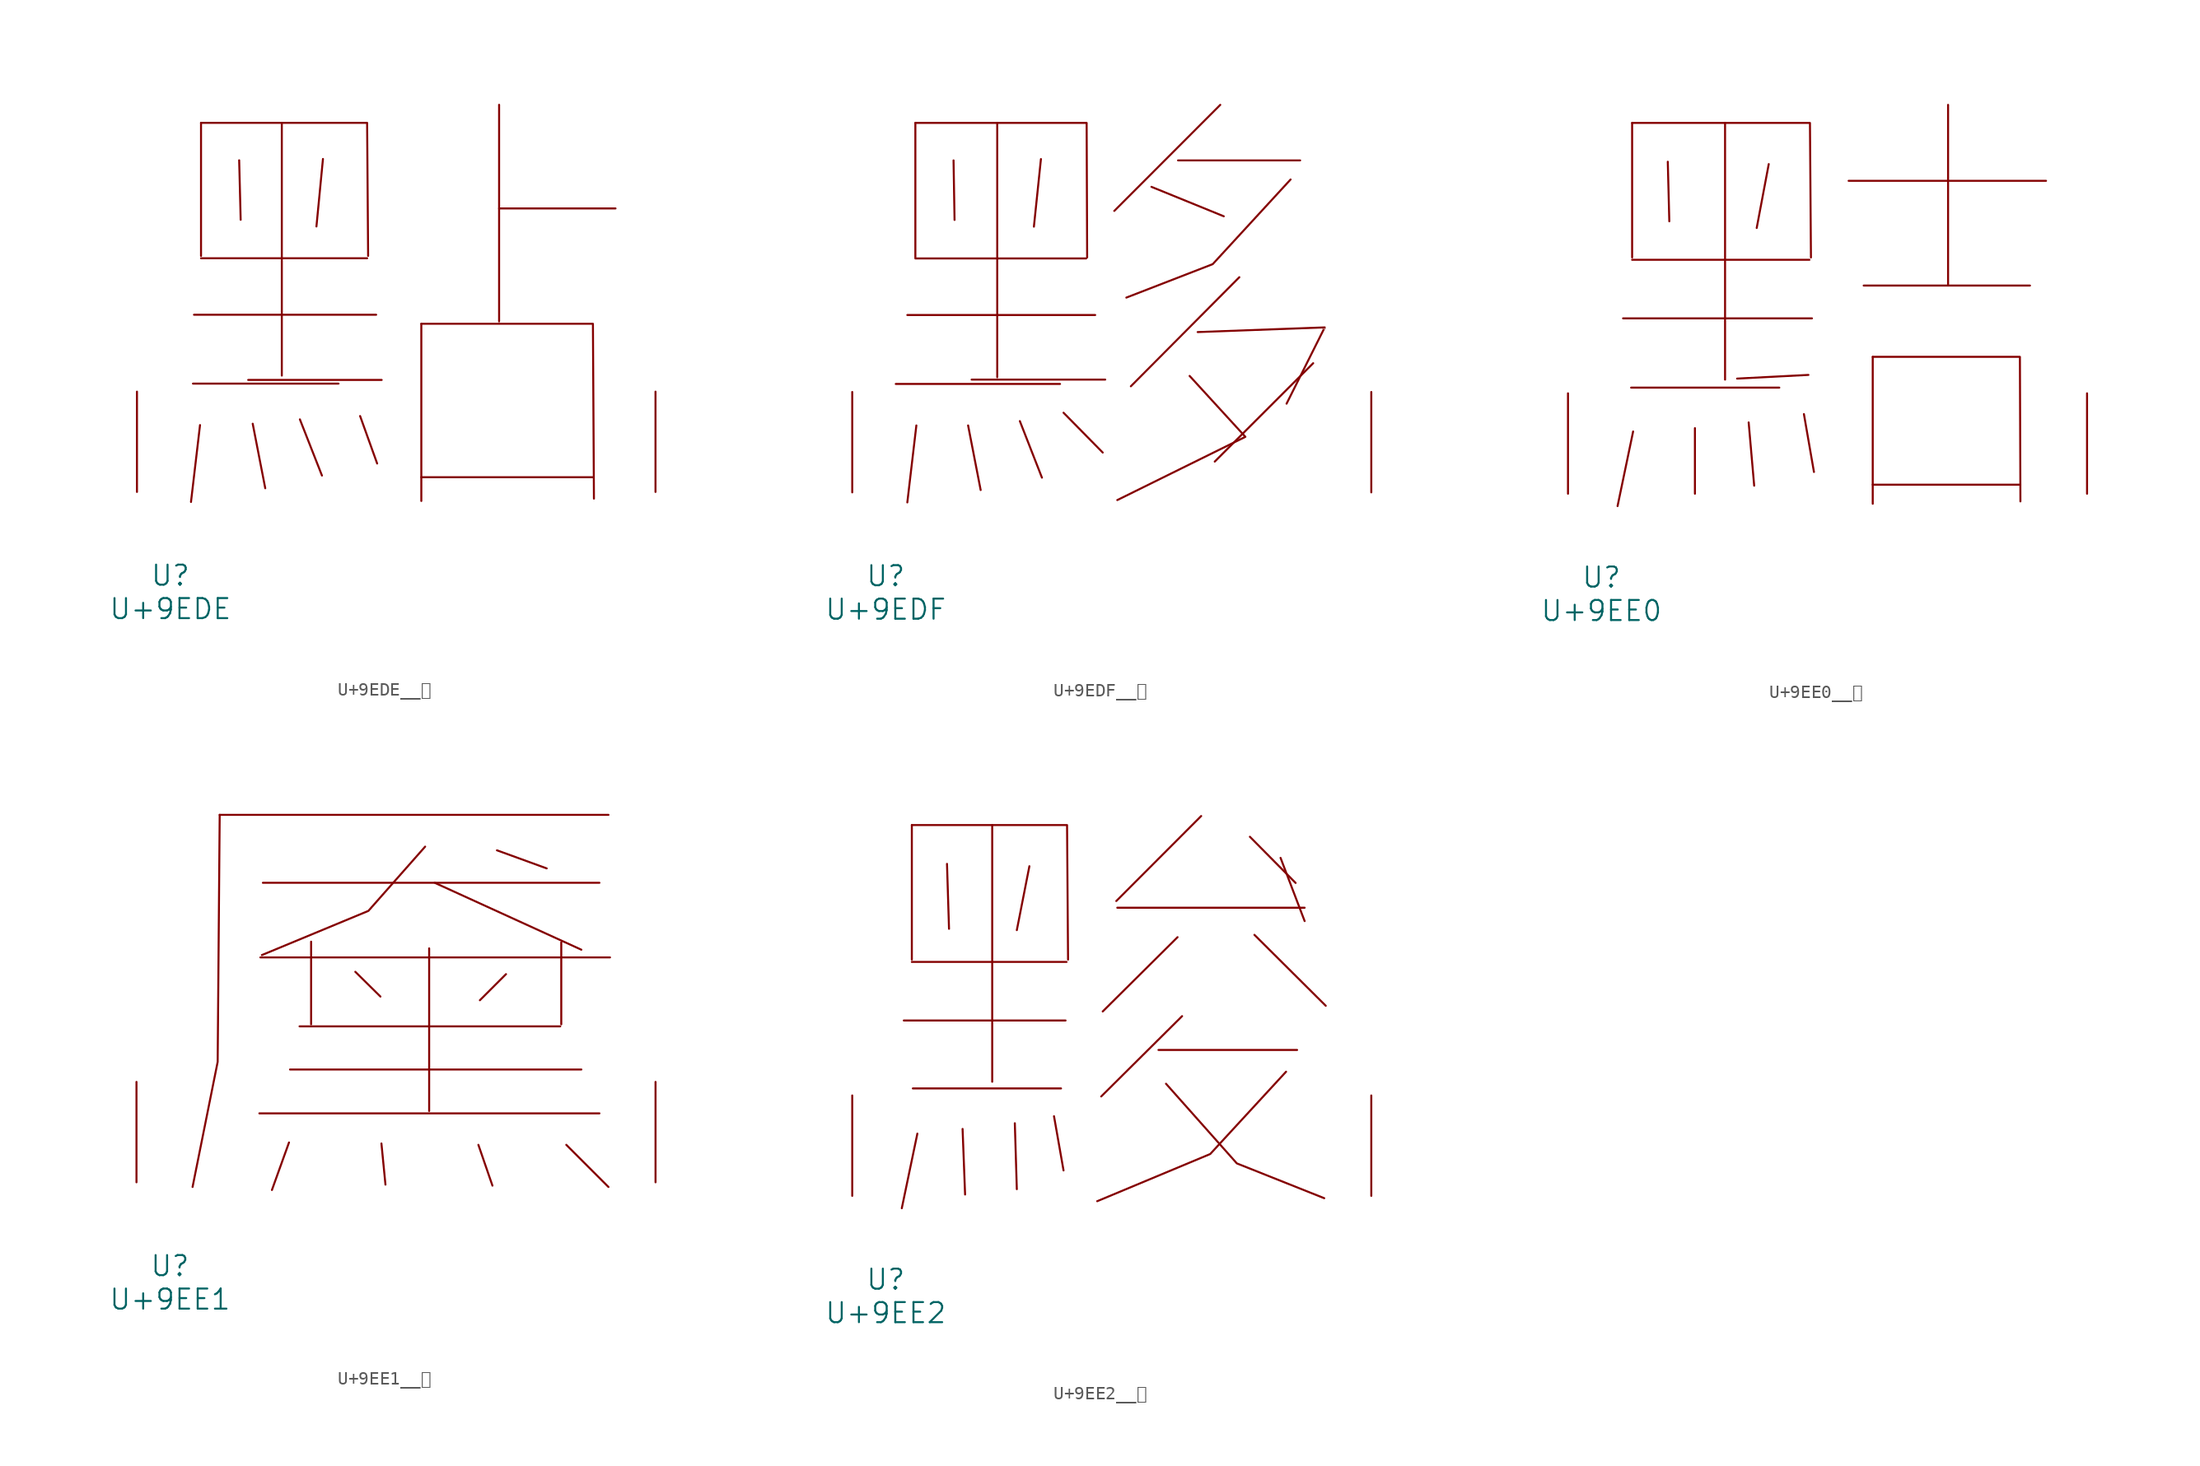
<source format=kicad_sym>
(kicad_symbol_lib
  (version 20231120)
  (generator "kicad_symbol_editor")
  (generator_version "8.0")
  (symbol "U+9EDE__點"
    (pin_names
      (offset 1.016))
    (property "Reference" "U"
      (at 0 -6.35 0)
      (effects (font (size 1.524 1.524))))
    (property "Value" "U+9EDE"
      (at 0 -8.89 0)
      (effects (font (size 1.524 1.524))))
    (symbol "U+9EDE__點_0_1"
      (polyline (pts (xy 1.714 8.23) (xy 12.764 8.23)) (stroke (width 0) (type solid)) (fill (type none)))
      (polyline (pts (xy 1.791 13.462) (xy 15.621 13.462)) (stroke (width 0) (type solid)) (fill (type none)))
      (polyline (pts (xy 2.248 5.08) (xy 1.562 -0.762)) (stroke (width 0) (type solid)) (fill (type none)))
      (polyline (pts (xy 2.324 17.755) (xy 14.935 17.755)) (stroke (width 0) (type solid)) (fill (type none)))
      (polyline (pts (xy 2.324 28.042) (xy 2.324 17.932)) (stroke (width 0) (type solid)) (fill (type none)))
      (polyline (pts (xy 5.22 25.197) (xy 5.334 20.676)) (stroke (width 0) (type solid)) (fill (type none)))
      (polyline (pts (xy 5.905 8.509) (xy 16.04 8.509)) (stroke (width 0) (type solid)) (fill (type none)))
      (polyline (pts (xy 6.248 5.182) (xy 7.201 0.279)) (stroke (width 0) (type solid)) (fill (type none)))
      (polyline (pts (xy 8.458 28.042) (xy 8.458 8.839)) (stroke (width 0) (type solid)) (fill (type none)))
      (polyline (pts (xy 9.83 5.512) (xy 11.506 1.245)) (stroke (width 0) (type solid)) (fill (type none)))
      (polyline (pts (xy 11.582 25.298) (xy 11.087 20.168)) (stroke (width 0) (type solid)) (fill (type none)))
      (polyline (pts (xy 14.402 5.766) (xy 15.697 2.159)) (stroke (width 0) (type solid)) (fill (type none)))
      (polyline (pts (xy 19.05 1.118) (xy 32.08 1.118)) (stroke (width 0) (type solid)) (fill (type none)))
      (polyline (pts (xy 19.05 12.776) (xy 19.05 -0.686)) (stroke (width 0) (type solid)) (fill (type none)))
      (polyline (pts (xy 24.956 21.539) (xy 33.795 21.539)) (stroke (width 0) (type solid)) (fill (type none)))
      (polyline (pts (xy 24.956 29.413) (xy 24.956 12.954)) (stroke (width 0) (type solid)) (fill (type none)))
      (polyline (pts (xy 2.324 28.042) (xy 14.935 28.042) (xy 15.011 17.932)) (stroke (width 0) (type solid)) (fill (type none)))
      (polyline (pts (xy 19.05 12.776) (xy 32.08 12.776) (xy 32.156 -0.508)) (stroke (width 0) (type solid)) (fill (type none)))
      (pin input line (at -2.54 0 90) (length 7.62) (name "~" (effects (font (size 1.27 1.27)))) (number "~" (effects (font (size 1.27 1.27)))))
      (pin input line (at 36.83 0 90) (length 7.62) (name "~" (effects (font (size 1.27 1.27)))) (number "~" (effects (font (size 1.27 1.27)))))))
  (symbol "U+9EDF__黟"
    (pin_names
      (offset 1.016))
    (property "Reference" "U"
      (at 0 -6.35 0)
      (effects (font (size 1.524 1.524))))
    (property "Value" "U+9EDF"
      (at 0 -8.89 0)
      (effects (font (size 1.524 1.524))))
    (symbol "U+9EDF__黟_0_1"
      (polyline (pts (xy 0.762 8.23) (xy 13.221 8.23)) (stroke (width 0) (type solid)) (fill (type none)))
      (polyline (pts (xy 1.638 13.462) (xy 15.888 13.462)) (stroke (width 0) (type solid)) (fill (type none)))
      (polyline (pts (xy 2.248 17.755) (xy 15.202 17.755)) (stroke (width 0) (type solid)) (fill (type none)))
      (polyline (pts (xy 2.248 28.042) (xy 2.248 17.831)) (stroke (width 0) (type solid)) (fill (type none)))
      (polyline (pts (xy 2.324 5.08) (xy 1.638 -0.762)) (stroke (width 0) (type solid)) (fill (type none)))
      (polyline (pts (xy 5.144 25.197) (xy 5.22 20.676)) (stroke (width 0) (type solid)) (fill (type none)))
      (polyline (pts (xy 6.248 5.08) (xy 7.201 0.178)) (stroke (width 0) (type solid)) (fill (type none)))
      (polyline (pts (xy 6.515 8.56) (xy 16.65 8.56)) (stroke (width 0) (type solid)) (fill (type none)))
      (polyline (pts (xy 8.458 28.042) (xy 8.458 8.738)) (stroke (width 0) (type solid)) (fill (type none)))
      (polyline (pts (xy 10.173 5.41) (xy 11.849 1.118)) (stroke (width 0) (type solid)) (fill (type none)))
      (polyline (pts (xy 11.773 25.298) (xy 11.239 20.168)) (stroke (width 0) (type solid)) (fill (type none)))
      (polyline (pts (xy 13.487 6.045) (xy 16.459 3.023)) (stroke (width 0) (type solid)) (fill (type none)))
      (polyline (pts (xy 20.155 23.19) (xy 25.641 20.955)) (stroke (width 0) (type solid)) (fill (type none)))
      (polyline (pts (xy 22.174 25.197) (xy 31.433 25.197)) (stroke (width 0) (type solid)) (fill (type none)))
      (polyline (pts (xy 25.375 29.413) (xy 17.335 21.361)) (stroke (width 0) (type solid)) (fill (type none)))
      (polyline (pts (xy 26.822 16.332) (xy 18.593 8.052)) (stroke (width 0) (type solid)) (fill (type none)))
      (polyline (pts (xy 32.423 9.804) (xy 24.956 2.337)) (stroke (width 0) (type solid)) (fill (type none)))
      (polyline (pts (xy 2.248 28.042) (xy 15.24 28.042) (xy 15.278 17.831)) (stroke (width 0) (type solid)) (fill (type none)))
      (polyline (pts (xy 23.05 8.839) (xy 27.28 4.216) (xy 17.564 -0.584)) (stroke (width 0) (type solid)) (fill (type none)))
      (polyline (pts (xy 23.66 12.167) (xy 33.299 12.522) (xy 30.404 6.731)) (stroke (width 0) (type solid)) (fill (type none)))
      (polyline (pts (xy 30.709 23.749) (xy 24.803 17.323) (xy 18.25 14.783)) (stroke (width 0) (type solid)) (fill (type none)))
      (pin input line (at -2.54 0 90) (length 7.62) (name "~" (effects (font (size 1.27 1.27)))) (number "~" (effects (font (size 1.27 1.27)))))
      (pin input line (at 36.83 0 90) (length 7.62) (name "~" (effects (font (size 1.27 1.27)))) (number "~" (effects (font (size 1.27 1.27)))))))
  (symbol "U+9EE0__黠"
    (pin_names
      (offset 1.016))
    (property "Reference" "U"
      (at 0 -6.35 0)
      (effects (font (size 1.524 1.524))))
    (property "Value" "U+9EE0"
      (at 0 -8.89 0)
      (effects (font (size 1.524 1.524))))
    (symbol "U+9EE0__黠_0_1"
      (polyline (pts (xy 1.638 13.31) (xy 15.964 13.31)) (stroke (width 0) (type solid)) (fill (type none)))
      (polyline (pts (xy 2.248 8.052) (xy 13.487 8.052)) (stroke (width 0) (type solid)) (fill (type none)))
      (polyline (pts (xy 2.324 17.755) (xy 15.773 17.755)) (stroke (width 0) (type solid)) (fill (type none)))
      (polyline (pts (xy 2.324 28.143) (xy 2.324 17.932)) (stroke (width 0) (type solid)) (fill (type none)))
      (polyline (pts (xy 2.4 4.724) (xy 1.219 -0.94)) (stroke (width 0) (type solid)) (fill (type none)))
      (polyline (pts (xy 5.029 25.197) (xy 5.144 20.676)) (stroke (width 0) (type solid)) (fill (type none)))
      (polyline (pts (xy 7.087 4.978) (xy 7.087 0)) (stroke (width 0) (type solid)) (fill (type none)))
      (polyline (pts (xy 9.373 28.143) (xy 9.373 8.661)) (stroke (width 0) (type solid)) (fill (type none)))
      (polyline (pts (xy 11.163 5.41) (xy 11.582 0.61)) (stroke (width 0) (type solid)) (fill (type none)))
      (polyline (pts (xy 12.687 25.019) (xy 11.773 20.168)) (stroke (width 0) (type solid)) (fill (type none)))
      (polyline (pts (xy 15.354 6.045) (xy 16.116 1.651)) (stroke (width 0) (type solid)) (fill (type none)))
      (polyline (pts (xy 15.697 9.017) (xy 10.287 8.738)) (stroke (width 0) (type solid)) (fill (type none)))
      (polyline (pts (xy 18.745 23.749) (xy 33.718 23.749)) (stroke (width 0) (type solid)) (fill (type none)))
      (polyline (pts (xy 19.888 15.799) (xy 32.499 15.799)) (stroke (width 0) (type solid)) (fill (type none)))
      (polyline (pts (xy 20.574 0.686) (xy 31.737 0.686)) (stroke (width 0) (type solid)) (fill (type none)))
      (polyline (pts (xy 20.574 10.389) (xy 20.574 -0.762)) (stroke (width 0) (type solid)) (fill (type none)))
      (polyline (pts (xy 26.289 29.515) (xy 26.289 15.875)) (stroke (width 0) (type solid)) (fill (type none)))
      (polyline (pts (xy 2.324 28.143) (xy 15.812 28.143) (xy 15.888 17.932)) (stroke (width 0) (type solid)) (fill (type none)))
      (polyline (pts (xy 20.574 10.389) (xy 31.737 10.389) (xy 31.775 -0.584)) (stroke (width 0) (type solid)) (fill (type none)))
      (pin input line (at -2.54 0 90) (length 7.62) (name "~" (effects (font (size 1.27 1.27)))) (number "~" (effects (font (size 1.27 1.27)))))
      (pin input line (at 36.83 0 90) (length 7.62) (name "~" (effects (font (size 1.27 1.27)))) (number "~" (effects (font (size 1.27 1.27)))))))
  (symbol "U+9EE1__黡"
    (pin_names
      (offset 1.016))
    (property "Reference" "U"
      (at 0 -6.35 0)
      (effects (font (size 1.524 1.524))))
    (property "Value" "U+9EE1"
      (at 0 -8.89 0)
      (effects (font (size 1.524 1.524))))
    (symbol "U+9EE1__黡_0_1"
      (polyline (pts (xy 3.772 27.889) (xy 33.261 27.889)) (stroke (width 0) (type solid)) (fill (type none)))
      (polyline (pts (xy 6.782 5.232) (xy 32.575 5.232)) (stroke (width 0) (type solid)) (fill (type none)))
      (polyline (pts (xy 6.858 17.069) (xy 33.376 17.069)) (stroke (width 0) (type solid)) (fill (type none)))
      (polyline (pts (xy 7.048 22.733) (xy 32.575 22.733)) (stroke (width 0) (type solid)) (fill (type none)))
      (polyline (pts (xy 9.03 3.023) (xy 7.734 -0.584)) (stroke (width 0) (type solid)) (fill (type none)))
      (polyline (pts (xy 9.106 8.56) (xy 31.204 8.56)) (stroke (width 0) (type solid)) (fill (type none)))
      (polyline (pts (xy 9.83 11.836) (xy 29.604 11.836)) (stroke (width 0) (type solid)) (fill (type none)))
      (polyline (pts (xy 10.706 18.263) (xy 10.706 11.989)) (stroke (width 0) (type solid)) (fill (type none)))
      (polyline (pts (xy 14.059 15.977) (xy 15.964 14.097)) (stroke (width 0) (type solid)) (fill (type none)))
      (polyline (pts (xy 16.04 2.946) (xy 16.345 -0.178)) (stroke (width 0) (type solid)) (fill (type none)))
      (polyline (pts (xy 19.66 17.755) (xy 19.66 5.41)) (stroke (width 0) (type solid)) (fill (type none)))
      (polyline (pts (xy 20.079 22.733) (xy 31.204 17.653)) (stroke (width 0) (type solid)) (fill (type none)))
      (polyline (pts (xy 23.393 2.845) (xy 24.46 -0.254)) (stroke (width 0) (type solid)) (fill (type none)))
      (polyline (pts (xy 24.803 25.197) (xy 28.575 23.825)) (stroke (width 0) (type solid)) (fill (type none)))
      (polyline (pts (xy 25.489 15.799) (xy 23.508 13.818)) (stroke (width 0) (type solid)) (fill (type none)))
      (polyline (pts (xy 29.68 18.212) (xy 29.68 11.989)) (stroke (width 0) (type solid)) (fill (type none)))
      (polyline (pts (xy 30.061 2.845) (xy 33.261 -0.356)) (stroke (width 0) (type solid)) (fill (type none)))
      (polyline (pts (xy 3.772 27.889) (xy 3.619 9.144) (xy 1.714 -0.356)) (stroke (width 0) (type solid)) (fill (type none)))
      (polyline (pts (xy 19.355 25.476) (xy 15.05 20.599) (xy 6.972 17.247)) (stroke (width 0) (type solid)) (fill (type none)))
      (pin input line (at -2.54 0 90) (length 7.62) (name "~" (effects (font (size 1.27 1.27)))) (number "~" (effects (font (size 1.27 1.27)))))
      (pin input line (at 36.83 0 90) (length 7.62) (name "~" (effects (font (size 1.27 1.27)))) (number "~" (effects (font (size 1.27 1.27)))))))
  (symbol "U+9EE2__黢"
    (pin_names
      (offset 1.016))
    (property "Reference" "U"
      (at 0 -6.35 0)
      (effects (font (size 1.524 1.524))))
    (property "Value" "U+9EE2"
      (at 0 -8.89 0)
      (effects (font (size 1.524 1.524))))
    (symbol "U+9EE2__黢_0_1"
      (polyline (pts (xy 1.372 13.31) (xy 13.64 13.31)) (stroke (width 0) (type solid)) (fill (type none)))
      (polyline (pts (xy 1.981 17.755) (xy 13.716 17.755)) (stroke (width 0) (type solid)) (fill (type none)))
      (polyline (pts (xy 1.981 28.143) (xy 1.981 17.932)) (stroke (width 0) (type solid)) (fill (type none)))
      (polyline (pts (xy 2.057 8.153) (xy 13.297 8.153)) (stroke (width 0) (type solid)) (fill (type none)))
      (polyline (pts (xy 2.4 4.724) (xy 1.219 -0.94)) (stroke (width 0) (type solid)) (fill (type none)))
      (polyline (pts (xy 4.648 25.197) (xy 4.801 20.269)) (stroke (width 0) (type solid)) (fill (type none)))
      (polyline (pts (xy 5.829 5.08) (xy 6.02 0.102)) (stroke (width 0) (type solid)) (fill (type none)))
      (polyline (pts (xy 8.077 28.143) (xy 8.077 8.661)) (stroke (width 0) (type solid)) (fill (type none)))
      (polyline (pts (xy 9.792 5.512) (xy 9.944 0.508)) (stroke (width 0) (type solid)) (fill (type none)))
      (polyline (pts (xy 10.897 25.019) (xy 9.944 20.168)) (stroke (width 0) (type solid)) (fill (type none)))
      (polyline (pts (xy 12.764 6.045) (xy 13.487 1.93)) (stroke (width 0) (type solid)) (fill (type none)))
      (polyline (pts (xy 17.564 21.869) (xy 31.775 21.869)) (stroke (width 0) (type solid)) (fill (type none)))
      (polyline (pts (xy 20.688 11.074) (xy 31.204 11.074)) (stroke (width 0) (type solid)) (fill (type none)))
      (polyline (pts (xy 22.136 19.634) (xy 16.459 13.995)) (stroke (width 0) (type solid)) (fill (type none)))
      (polyline (pts (xy 22.479 13.64) (xy 16.345 7.544)) (stroke (width 0) (type solid)) (fill (type none)))
      (polyline (pts (xy 23.927 28.829) (xy 17.488 22.377)) (stroke (width 0) (type solid)) (fill (type none)))
      (polyline (pts (xy 27.622 27.254) (xy 31.09 23.749)) (stroke (width 0) (type solid)) (fill (type none)))
      (polyline (pts (xy 27.965 19.812) (xy 33.376 14.427)) (stroke (width 0) (type solid)) (fill (type none)))
      (polyline (pts (xy 29.947 25.654) (xy 31.775 20.853)) (stroke (width 0) (type solid)) (fill (type none)))
      (polyline (pts (xy 1.981 28.143) (xy 13.754 28.143) (xy 13.83 17.932)) (stroke (width 0) (type solid)) (fill (type none)))
      (polyline (pts (xy 21.26 8.509) (xy 26.632 2.464) (xy 33.261 -0.178)) (stroke (width 0) (type solid)) (fill (type none)))
      (polyline (pts (xy 30.366 9.423) (xy 24.613 3.175) (xy 16.04 -0.406)) (stroke (width 0) (type solid)) (fill (type none)))
      (pin input line (at -2.54 0 90) (length 7.62) (name "~" (effects (font (size 1.27 1.27)))) (number "~" (effects (font (size 1.27 1.27)))))
      (pin input line (at 36.83 0 90) (length 7.62) (name "~" (effects (font (size 1.27 1.27)))) (number "~" (effects (font (size 1.27 1.27))))))))
</source>
